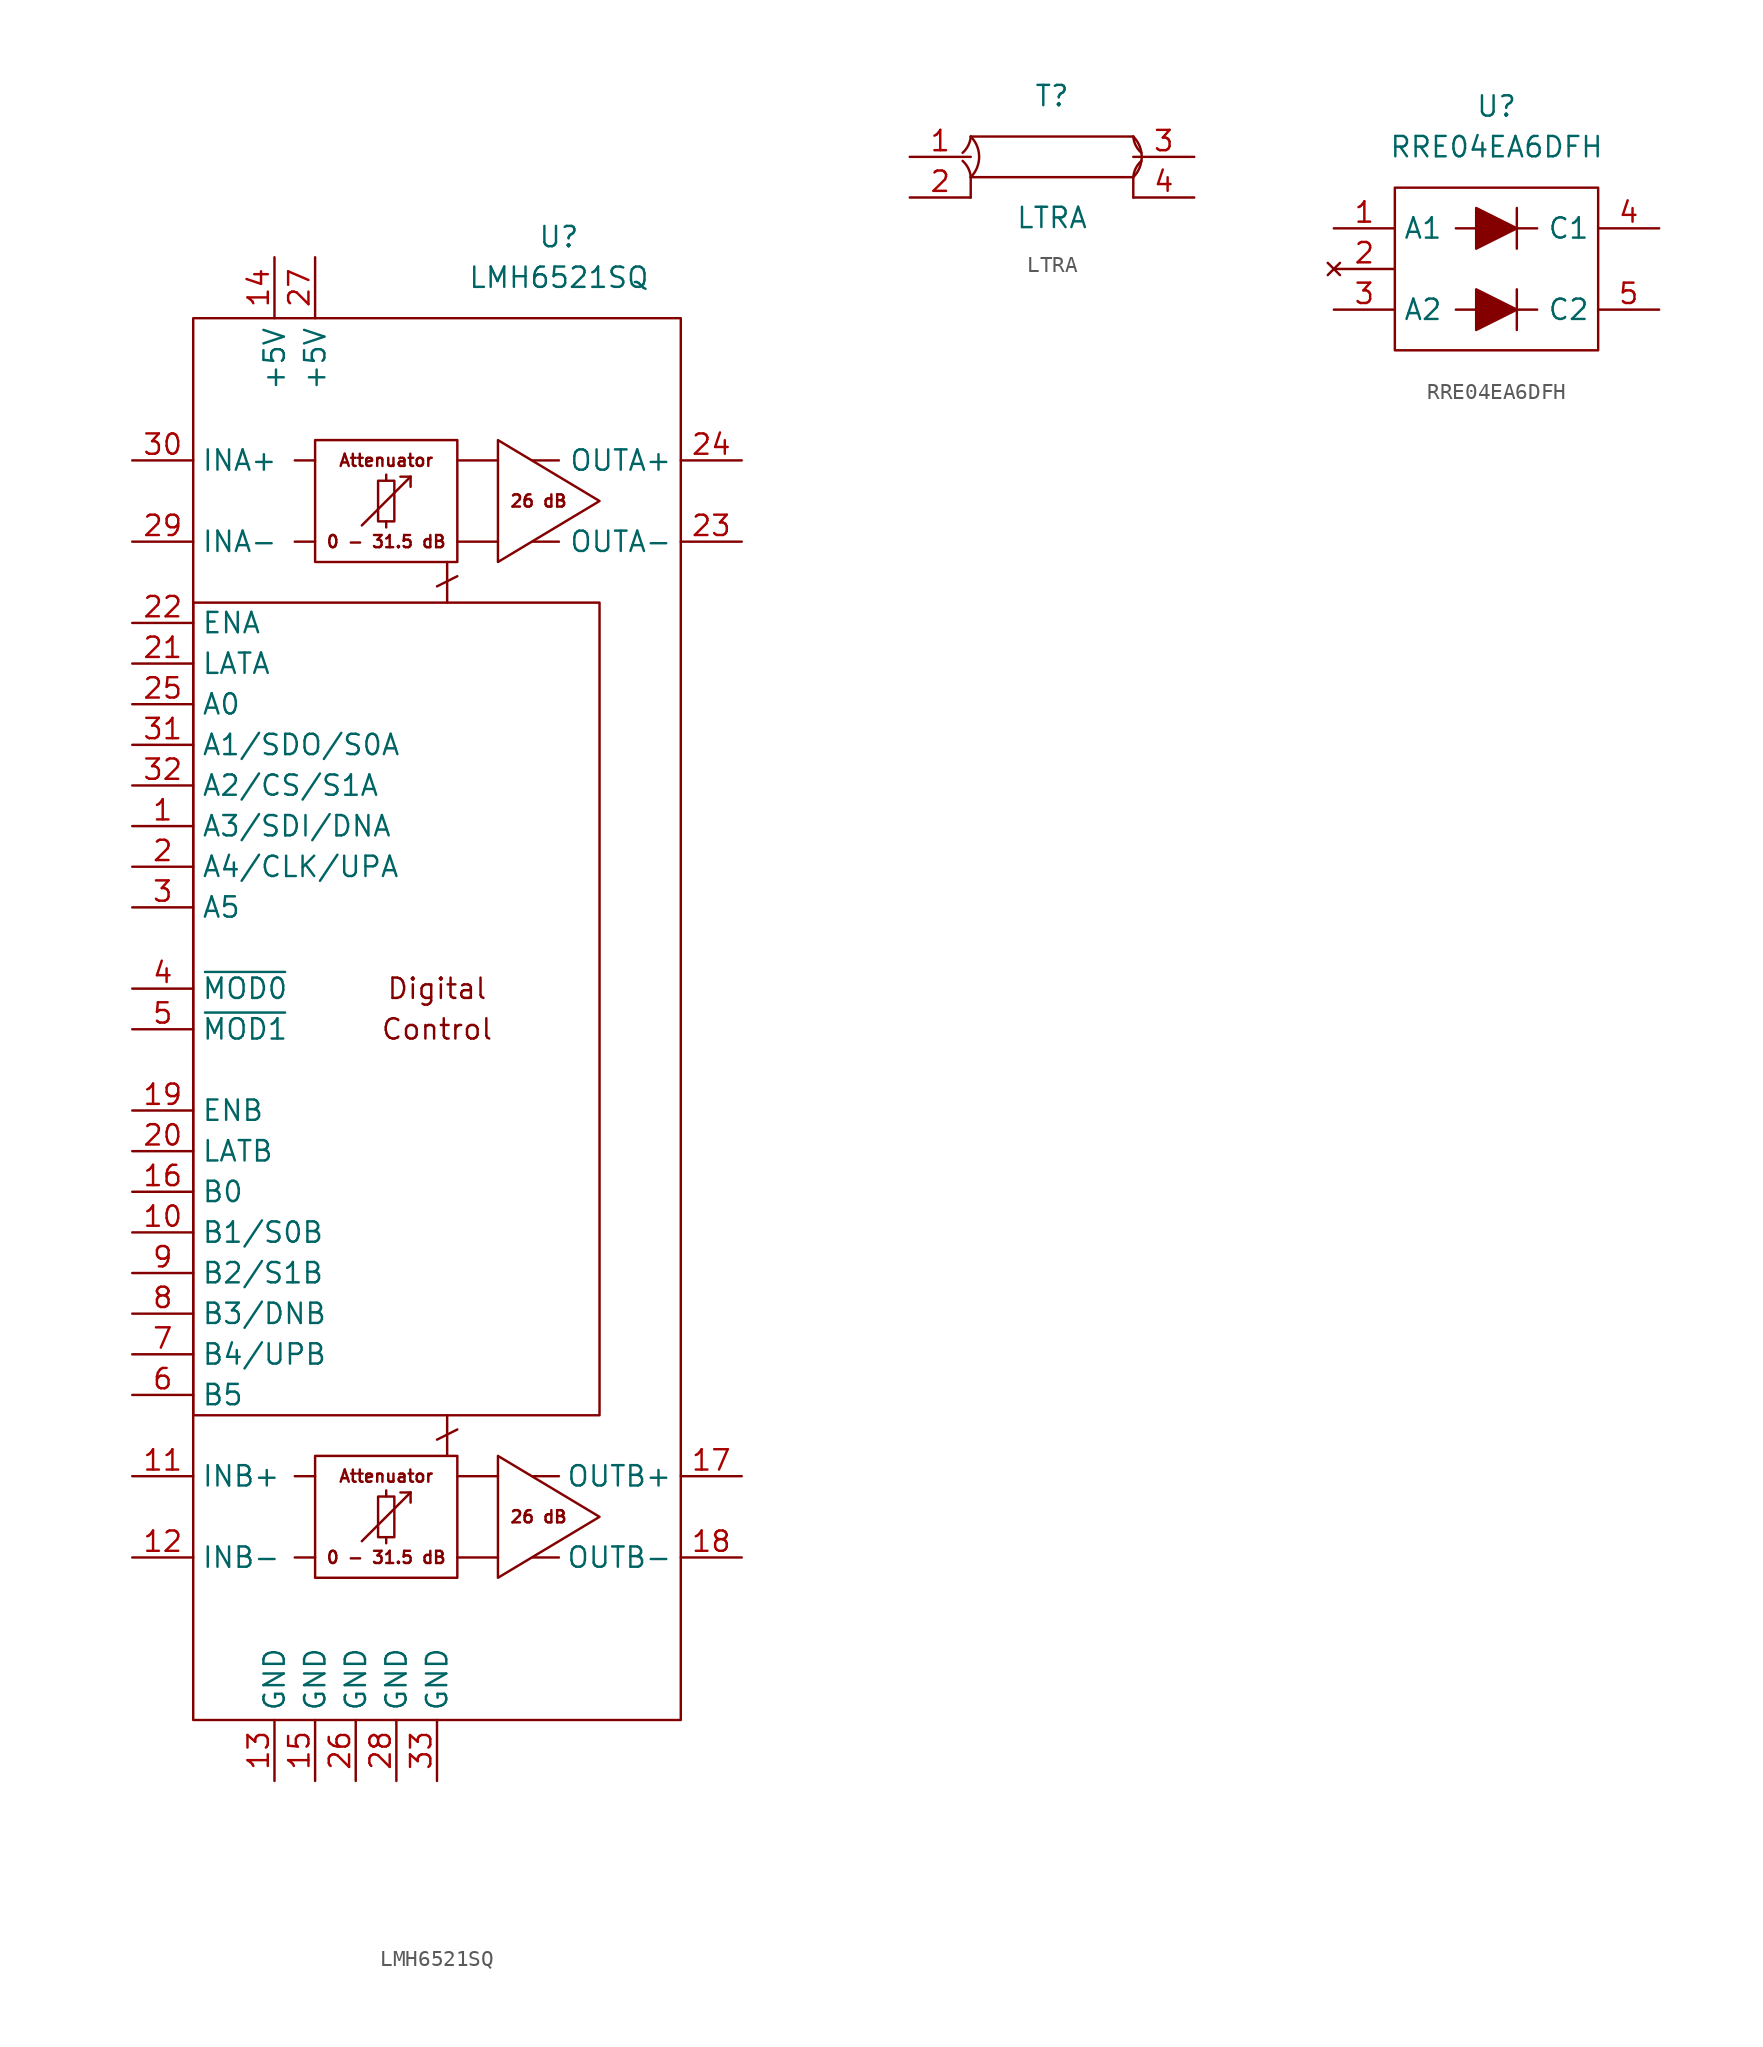
<source format=kicad_sym>
(kicad_symbol_lib
  (version 20211014)
  (generator kicad_symbol_editor)
  (symbol "LMH6521SQ"
    (property "Reference" "U"
      (at 7.62 48.26 0)
      (effects (font (size 1.27 1.27))))
    (property "Value" "LMH6521SQ"
      (at 7.62 45.72 0)
      (effects (font (size 1.27 1.27))))
    (symbol "LMH6521SQ_0_0"
      (rectangle (start -15.24 25.4) (end 10.16 -25.4) (stroke (width 0) (type default) (color 0 0 0 0)) (fill (type none)))
      (polyline (pts (xy -7.62 -34.29) (xy -8.89 -34.29)) (stroke (width 0) (type default) (color 0 0 0 0)) (fill (type none)))
      (polyline (pts (xy -7.62 -29.21) (xy -8.89 -29.21)) (stroke (width 0) (type default) (color 0 0 0 0)) (fill (type none)))
      (polyline (pts (xy -7.62 29.21) (xy -8.89 29.21)) (stroke (width 0) (type default) (color 0 0 0 0)) (fill (type none)))
      (polyline (pts (xy -7.62 34.29) (xy -8.89 34.29)) (stroke (width 0) (type default) (color 0 0 0 0)) (fill (type none)))
      (polyline (pts (xy -4.699 -33.274) (xy -1.651 -30.226)) (stroke (width 0) (type default) (color 0 0 0 0)) (fill (type none)))
      (polyline (pts (xy -4.699 30.226) (xy -1.651 33.274)) (stroke (width 0) (type default) (color 0 0 0 0)) (fill (type none)))
      (polyline (pts (xy -2.286 -30.226) (xy -1.651 -30.226)) (stroke (width 0) (type default) (color 0 0 0 0)) (fill (type none)))
      (polyline (pts (xy -2.286 33.274) (xy -1.651 33.274)) (stroke (width 0) (type default) (color 0 0 0 0)) (fill (type none)))
      (polyline (pts (xy -1.651 -30.861) (xy -1.651 -30.226)) (stroke (width 0) (type default) (color 0 0 0 0)) (fill (type none)))
      (polyline (pts (xy -1.651 32.639) (xy -1.651 33.274)) (stroke (width 0) (type default) (color 0 0 0 0)) (fill (type none)))
      (polyline (pts (xy 0 -26.924) (xy 1.27 -26.289)) (stroke (width 0) (type default) (color 0 0 0 0)) (fill (type none)))
      (polyline (pts (xy 0 26.416) (xy 1.27 27.051)) (stroke (width 0) (type default) (color 0 0 0 0)) (fill (type none)))
      (polyline (pts (xy 0.635 -25.4) (xy 0.635 -27.94)) (stroke (width 0) (type default) (color 0 0 0 0)) (fill (type none)))
      (polyline (pts (xy 0.635 27.94) (xy 0.635 25.4)) (stroke (width 0) (type default) (color 0 0 0 0)) (fill (type none)))
      (polyline (pts (xy 3.81 -34.29) (xy 1.27 -34.29)) (stroke (width 0) (type default) (color 0 0 0 0)) (fill (type none)))
      (polyline (pts (xy 3.81 -29.21) (xy 1.27 -29.21)) (stroke (width 0) (type default) (color 0 0 0 0)) (fill (type none)))
      (polyline (pts (xy 3.81 29.21) (xy 1.27 29.21)) (stroke (width 0) (type default) (color 0 0 0 0)) (fill (type none)))
      (polyline (pts (xy 3.81 34.29) (xy 1.27 34.29)) (stroke (width 0) (type default) (color 0 0 0 0)) (fill (type none)))
      (polyline (pts (xy 5.969 -34.29) (xy 7.62 -34.29)) (stroke (width 0) (type default) (color 0 0 0 0)) (fill (type none)))
      (polyline (pts (xy 5.969 -29.21) (xy 7.62 -29.21)) (stroke (width 0) (type default) (color 0 0 0 0)) (fill (type none)))
      (polyline (pts (xy 5.969 29.21) (xy 7.62 29.21)) (stroke (width 0) (type default) (color 0 0 0 0)) (fill (type none)))
      (polyline (pts (xy 5.969 34.29) (xy 7.62 34.29)) (stroke (width 0) (type default) (color 0 0 0 0)) (fill (type none)))
      (polyline (pts (xy -3.175 -30.48) (xy -3.683 -30.48) (xy -3.683 -33.02) (xy -3.175 -33.02)) (stroke (width 0) (type default) (color 0 0 0 0)) (fill (type none)))
      (polyline (pts (xy -3.175 33.02) (xy -3.683 33.02) (xy -3.683 30.48) (xy -3.175 30.48)) (stroke (width 0) (type default) (color 0 0 0 0)) (fill (type none)))
      (polyline (pts (xy -3.175 -30.099) (xy -3.175 -30.48) (xy -2.667 -30.48) (xy -2.667 -33.02) (xy -3.175 -33.02) (xy -3.175 -33.401)) (stroke (width 0) (type default) (color 0 0 0 0)) (fill (type none)))
      (polyline (pts (xy -3.175 33.401) (xy -3.175 33.02) (xy -2.667 33.02) (xy -2.667 30.48) (xy -3.175 30.48) (xy -3.175 30.099)) (stroke (width 0) (type default) (color 0 0 0 0)) (fill (type none)))
      (rectangle (start 1.27 -27.94) (end -7.62 -35.56) (stroke (width 0) (type default) (color 0 0 0 0)) (fill (type none)))
      (rectangle (start 1.27 35.56) (end -7.62 27.94) (stroke (width 0) (type default) (color 0 0 0 0)) (fill (type none)))
      (text "0 - 31.5 dB" (at -3.175 -34.29 0) (effects (font (size 0.762 0.762))))
      (text "0 - 31.5 dB" (at -3.175 29.21 0) (effects (font (size 0.762 0.762))))
      (text "26 dB" (at 6.35 -31.75 0) (effects (font (size 0.762 0.762))))
      (text "26 dB" (at 6.35 31.75 0) (effects (font (size 0.762 0.762))))
      (text "Attenuator" (at -3.175 -29.21 0) (effects (font (size 0.762 0.762))))
      (text "Attenuator" (at -3.175 34.29 0) (effects (font (size 0.762 0.762))))
      (text "Control" (at 0 -1.27 0) (effects (font (size 1.27 1.27))))
      (text "Digital" (at 0 1.27 0) (effects (font (size 1.27 1.27)))))
    (symbol "LMH6521SQ_0_1"
      (rectangle (start -15.24 43.18) (end 15.24 -44.45) (stroke (width 0) (type default) (color 0 0 0 0)) (fill (type none)))
      (polyline (pts (xy 3.81 -27.94) (xy 10.16 -31.75) (xy 3.81 -35.56) (xy 3.81 -27.94)) (stroke (width 0) (type default) (color 0 0 0 0)) (fill (type none)))
      (polyline (pts (xy 3.81 35.56) (xy 10.16 31.75) (xy 3.81 27.94) (xy 3.81 35.56)) (stroke (width 0) (type default) (color 0 0 0 0)) (fill (type none))))
    (symbol "LMH6521SQ_1_1"
      (pin input line (at -19.05 11.43 0) (length 3.81) (name "A3/SDI/DNA" (effects (font (size 1.27 1.27)))) (number "1" (effects (font (size 1.27 1.27)))))
      (pin input line (at -19.05 -13.97 0) (length 3.81) (name "B1/S0B" (effects (font (size 1.27 1.27)))) (number "10" (effects (font (size 1.27 1.27)))))
      (pin output line (at -19.05 -29.21 0) (length 3.81) (name "INB+" (effects (font (size 1.27 1.27)))) (number "11" (effects (font (size 1.27 1.27)))))
      (pin output line (at -19.05 -34.29 0) (length 3.81) (name "INB-" (effects (font (size 1.27 1.27)))) (number "12" (effects (font (size 1.27 1.27)))))
      (pin power_in line (at -10.16 -48.26 90) (length 3.81) (name "GND" (effects (font (size 1.27 1.27)))) (number "13" (effects (font (size 1.27 1.27)))))
      (pin power_in line (at -10.16 46.99 270) (length 3.81) (name "+5V" (effects (font (size 1.27 1.27)))) (number "14" (effects (font (size 1.27 1.27)))))
      (pin power_in line (at -7.62 -48.26 90) (length 3.81) (name "GND" (effects (font (size 1.27 1.27)))) (number "15" (effects (font (size 1.27 1.27)))))
      (pin input line (at -19.05 -11.43 0) (length 3.81) (name "B0" (effects (font (size 1.27 1.27)))) (number "16" (effects (font (size 1.27 1.27)))))
      (pin output line (at 19.05 -29.21 180) (length 3.81) (name "OUTB+" (effects (font (size 1.27 1.27)))) (number "17" (effects (font (size 1.27 1.27)))))
      (pin output line (at 19.05 -34.29 180) (length 3.81) (name "OUTB-" (effects (font (size 1.27 1.27)))) (number "18" (effects (font (size 1.27 1.27)))))
      (pin input line (at -19.05 -6.35 0) (length 3.81) (name "ENB" (effects (font (size 1.27 1.27)))) (number "19" (effects (font (size 1.27 1.27)))))
      (pin input line (at -19.05 8.89 0) (length 3.81) (name "A4/CLK/UPA" (effects (font (size 1.27 1.27)))) (number "2" (effects (font (size 1.27 1.27)))))
      (pin input line (at -19.05 -8.89 0) (length 3.81) (name "LATB" (effects (font (size 1.27 1.27)))) (number "20" (effects (font (size 1.27 1.27)))))
      (pin input line (at -19.05 21.59 0) (length 3.81) (name "LATA" (effects (font (size 1.27 1.27)))) (number "21" (effects (font (size 1.27 1.27)))))
      (pin input line (at -19.05 24.13 0) (length 3.81) (name "ENA" (effects (font (size 1.27 1.27)))) (number "22" (effects (font (size 1.27 1.27)))))
      (pin output line (at 19.05 29.21 180) (length 3.81) (name "OUTA-" (effects (font (size 1.27 1.27)))) (number "23" (effects (font (size 1.27 1.27)))))
      (pin output line (at 19.05 34.29 180) (length 3.81) (name "OUTA+" (effects (font (size 1.27 1.27)))) (number "24" (effects (font (size 1.27 1.27)))))
      (pin input line (at -19.05 19.05 0) (length 3.81) (name "A0" (effects (font (size 1.27 1.27)))) (number "25" (effects (font (size 1.27 1.27)))))
      (pin power_in line (at -5.08 -48.26 90) (length 3.81) (name "GND" (effects (font (size 1.27 1.27)))) (number "26" (effects (font (size 1.27 1.27)))))
      (pin power_in line (at -7.62 46.99 270) (length 3.81) (name "+5V" (effects (font (size 1.27 1.27)))) (number "27" (effects (font (size 1.27 1.27)))))
      (pin power_in line (at -2.54 -48.26 90) (length 3.81) (name "GND" (effects (font (size 1.27 1.27)))) (number "28" (effects (font (size 1.27 1.27)))))
      (pin input line (at -19.05 29.21 0) (length 3.81) (name "INA-" (effects (font (size 1.27 1.27)))) (number "29" (effects (font (size 1.27 1.27)))))
      (pin input line (at -19.05 6.35 0) (length 3.81) (name "A5" (effects (font (size 1.27 1.27)))) (number "3" (effects (font (size 1.27 1.27)))))
      (pin input line (at -19.05 34.29 0) (length 3.81) (name "INA+" (effects (font (size 1.27 1.27)))) (number "30" (effects (font (size 1.27 1.27)))))
      (pin bidirectional line (at -19.05 16.51 0) (length 3.81) (name "A1/SDO/S0A" (effects (font (size 1.27 1.27)))) (number "31" (effects (font (size 1.27 1.27)))))
      (pin input line (at -19.05 13.97 0) (length 3.81) (name "A2/CS/S1A" (effects (font (size 1.27 1.27)))) (number "32" (effects (font (size 1.27 1.27)))))
      (pin power_in line (at 0 -48.26 90) (length 3.81) (name "GND" (effects (font (size 1.27 1.27)))) (number "33" (effects (font (size 1.27 1.27)))))
      (pin input line (at -19.05 1.27 0) (length 3.81) (name "~{MOD0}" (effects (font (size 1.27 1.27)))) (number "4" (effects (font (size 1.27 1.27)))))
      (pin input line (at -19.05 -1.27 0) (length 3.81) (name "~{MOD1}" (effects (font (size 1.27 1.27)))) (number "5" (effects (font (size 1.27 1.27)))))
      (pin input line (at -19.05 -24.13 0) (length 3.81) (name "B5" (effects (font (size 1.27 1.27)))) (number "6" (effects (font (size 1.27 1.27)))))
      (pin input line (at -19.05 -21.59 0) (length 3.81) (name "B4/UPB" (effects (font (size 1.27 1.27)))) (number "7" (effects (font (size 1.27 1.27)))))
      (pin input line (at -19.05 -19.05 0) (length 3.81) (name "B3/DNB" (effects (font (size 1.27 1.27)))) (number "8" (effects (font (size 1.27 1.27)))))
      (pin input line (at -19.05 -16.51 0) (length 3.81) (name "B2/S1B" (effects (font (size 1.27 1.27)))) (number "9" (effects (font (size 1.27 1.27)))))))
  (symbol "LTRA"
    (property "Reference" "T"
      (at 0 3.81 0)
      (effects (font (size 1.27 1.27))))
    (property "Value" "LTRA"
      (at 0 -3.81 0)
      (effects (font (size 1.27 1.27))))
    (symbol "LTRA_0_1"
      (arc (start -5.5857 0.2551) (mid -2.7053 -0.5502) (end -5.0777 1.2711) (stroke (width 0) (type default) (color 0 0 0 0)) (fill (type none)))
      (arc (start -5.08 -1.27) (mid -4.554 0) (end -5.08 1.27) (stroke (width 0) (type default) (color 0 0 0 0)) (fill (type none)))
      (arc (start -5.0777 -1.2689) (mid -2.6983 0.5559) (end -5.5857 -0.2529) (stroke (width 0) (type default) (color 0 0 0 0)) (fill (type none)))
      (polyline (pts (xy -5.08 -2.54) (xy -5.08 -1.27)) (stroke (width 0) (type default) (color 0 0 0 0)) (fill (type none)))
      (polyline (pts (xy -5.08 -1.27) (xy 5.08 -1.27)) (stroke (width 0) (type default) (color 0 0 0 0)) (fill (type none)))
      (polyline (pts (xy -5.08 1.27) (xy 5.08 1.27)) (stroke (width 0) (type default) (color 0 0 0 0)) (fill (type none)))
      (polyline (pts (xy 5.08 -2.54) (xy 5.08 -1.27)) (stroke (width 0) (type default) (color 0 0 0 0)) (fill (type none)))
      (arc (start 5.08 -1.27) (mid 8.1462 0) (end 5.08 1.27) (stroke (width 0) (type default) (color 0 0 0 0)) (fill (type none)))
      (arc (start 5.08 1.27) (mid 2.7075 -0.5513) (end 5.588 0.254) (stroke (width 0) (type default) (color 0 0 0 0)) (fill (type none)))
      (arc (start 5.588 -0.254) (mid 2.7006 0.5548) (end 5.08 -1.27) (stroke (width 0) (type default) (color 0 0 0 0)) (fill (type none))))
    (symbol "LTRA_1_1"
      (pin passive line (at -8.89 0 0) (length 3.81) (name "" (effects (font (size 1.27 1.27)))) (number "1" (effects (font (size 1.27 1.27)))))
      (pin passive line (at -8.89 -2.54 0) (length 3.81) (name "" (effects (font (size 1.27 1.27)))) (number "2" (effects (font (size 1.27 1.27)))))
      (pin passive line (at 8.89 0 180) (length 3.81) (name "" (effects (font (size 1.27 1.27)))) (number "3" (effects (font (size 1.27 1.27)))))
      (pin passive line (at 8.89 -2.54 180) (length 3.81) (name "" (effects (font (size 1.27 1.27)))) (number "4" (effects (font (size 1.27 1.27)))))))
  (symbol "RRE04EA6DFH"
    (property "Reference" "U"
      (at 0 11.43 0)
      (effects (font (size 1.27 1.27))))
    (property "Value" "RRE04EA6DFH"
      (at 0 8.89 0)
      (effects (font (size 1.27 1.27))))
    (symbol "RRE04EA6DFH_0_1"
      (rectangle (start -6.35 6.35) (end 6.35 -3.81) (stroke (width 0) (type default) (color 0 0 0 0)) (fill (type none)))
      (polyline (pts (xy -1.27 -1.27) (xy -2.54 -1.27)) (stroke (width 0) (type default) (color 0 0 0 0)) (fill (type none)))
      (polyline (pts (xy -1.27 3.81) (xy -2.54 3.81)) (stroke (width 0) (type default) (color 0 0 0 0)) (fill (type none)))
      (polyline (pts (xy 1.27 -1.27) (xy 2.54 -1.27)) (stroke (width 0) (type default) (color 0 0 0 0)) (fill (type none)))
      (polyline (pts (xy 1.27 0) (xy 1.27 -2.54)) (stroke (width 0) (type default) (color 0 0 0 0)) (fill (type none)))
      (polyline (pts (xy 1.27 3.81) (xy 2.54 3.81)) (stroke (width 0) (type default) (color 0 0 0 0)) (fill (type none)))
      (polyline (pts (xy 1.27 5.08) (xy 1.27 2.54)) (stroke (width 0) (type default) (color 0 0 0 0)) (fill (type none)))
      (polyline (pts (xy -1.27 0) (xy -1.27 -2.54) (xy 1.27 -1.27) (xy -1.27 0)) (stroke (width 0) (type default) (color 0 0 0 0)) (fill (type outline)))
      (polyline (pts (xy -1.27 5.08) (xy -1.27 2.54) (xy 1.27 3.81) (xy -1.27 5.08)) (stroke (width 0) (type default) (color 0 0 0 0)) (fill (type outline))))
    (symbol "RRE04EA6DFH_1_1"
      (pin input line (at -10.16 3.81 0) (length 3.81) (name "A1" (effects (font (size 1.27 1.27)))) (number "1" (effects (font (size 1.27 1.27)))))
      (pin no_connect line (at -10.16 1.27 0) (length 3.81) (name "" (effects (font (size 1.27 1.27)))) (number "2" (effects (font (size 1.27 1.27)))))
      (pin input line (at -10.16 -1.27 0) (length 3.81) (name "A2" (effects (font (size 1.27 1.27)))) (number "3" (effects (font (size 1.27 1.27)))))
      (pin output line (at 10.16 3.81 180) (length 3.81) (name "C1" (effects (font (size 1.27 1.27)))) (number "4" (effects (font (size 1.27 1.27)))))
      (pin output line (at 10.16 -1.27 180) (length 3.81) (name "C2" (effects (font (size 1.27 1.27)))) (number "5" (effects (font (size 1.27 1.27))))))))
</source>
